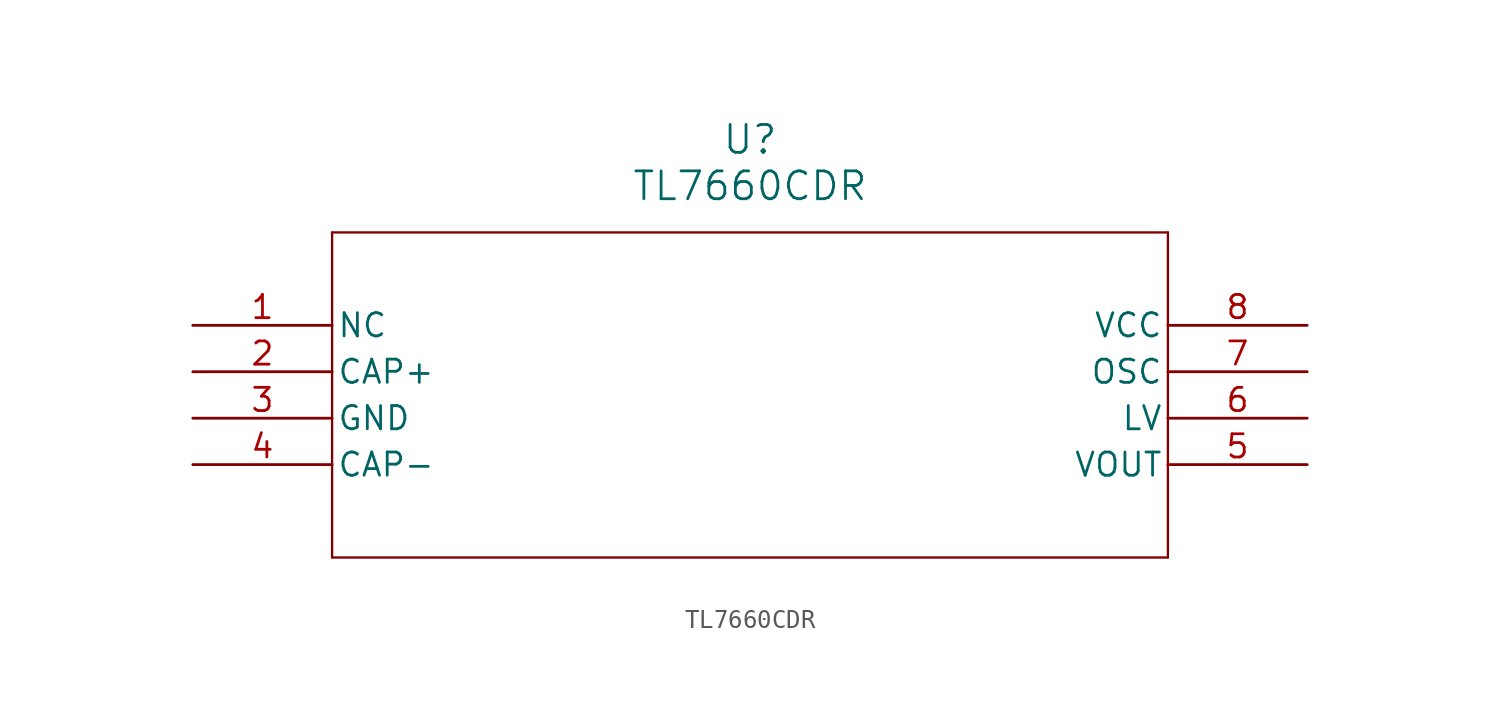
<source format=kicad_sym>
(kicad_symbol_lib
  (version 20211014)
  (generator kicad_symbol_editor)
  (symbol "TL7660CDR"
    (pin_names
      (offset 0.254))
    (property "Reference" "U"
      (at 30.48 10.16 0)
      (effects (font (size 1.524 1.524))))
    (property "Value" "TL7660CDR"
      (at 30.48 7.62 0)
      (effects (font (size 1.524 1.524))))
    (symbol "TL7660CDR_0_1"
      (polyline (pts (xy 7.62 5.08) (xy 7.62 -12.7)) (stroke (width 0.127) (type default) (color 0 0 0 0)) (fill (type none)))
      (polyline (pts (xy 7.62 -12.7) (xy 53.34 -12.7)) (stroke (width 0.127) (type default) (color 0 0 0 0)) (fill (type none)))
      (polyline (pts (xy 53.34 -12.7) (xy 53.34 5.08)) (stroke (width 0.127) (type default) (color 0 0 0 0)) (fill (type none)))
      (polyline (pts (xy 53.34 5.08) (xy 7.62 5.08)) (stroke (width 0.127) (type default) (color 0 0 0 0)) (fill (type none)))
      (pin unspecified line (at 0 0 0) (length 7.62) (name "NC" (effects (font (size 1.27 1.27)))) (number "1" (effects (font (size 1.27 1.27)))))
      (pin unspecified line (at 0 -2.54 0) (length 7.62) (name "CAP+" (effects (font (size 1.27 1.27)))) (number "2" (effects (font (size 1.27 1.27)))))
      (pin power_in line (at 0 -5.08 0) (length 7.62) (name "GND" (effects (font (size 1.27 1.27)))) (number "3" (effects (font (size 1.27 1.27)))))
      (pin unspecified line (at 0 -7.62 0) (length 7.62) (name "CAP-" (effects (font (size 1.27 1.27)))) (number "4" (effects (font (size 1.27 1.27)))))
      (pin output line (at 60.96 -7.62 180) (length 7.62) (name "VOUT" (effects (font (size 1.27 1.27)))) (number "5" (effects (font (size 1.27 1.27)))))
      (pin unspecified line (at 60.96 -5.08 180) (length 7.62) (name "LV" (effects (font (size 1.27 1.27)))) (number "6" (effects (font (size 1.27 1.27)))))
      (pin unspecified line (at 60.96 -2.54 180) (length 7.62) (name "OSC" (effects (font (size 1.27 1.27)))) (number "7" (effects (font (size 1.27 1.27)))))
      (pin power_in line (at 60.96 0 180) (length 7.62) (name "VCC" (effects (font (size 1.27 1.27)))) (number "8" (effects (font (size 1.27 1.27))))))))
</source>
